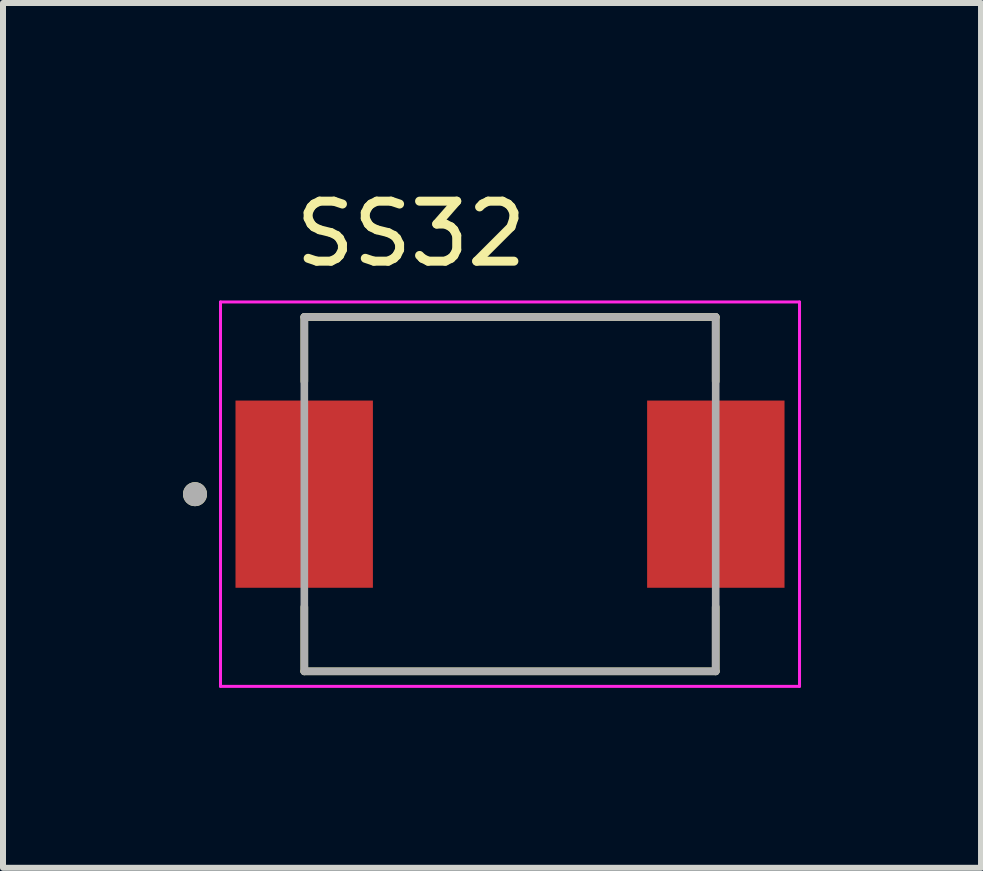
<source format=kicad_pcb>
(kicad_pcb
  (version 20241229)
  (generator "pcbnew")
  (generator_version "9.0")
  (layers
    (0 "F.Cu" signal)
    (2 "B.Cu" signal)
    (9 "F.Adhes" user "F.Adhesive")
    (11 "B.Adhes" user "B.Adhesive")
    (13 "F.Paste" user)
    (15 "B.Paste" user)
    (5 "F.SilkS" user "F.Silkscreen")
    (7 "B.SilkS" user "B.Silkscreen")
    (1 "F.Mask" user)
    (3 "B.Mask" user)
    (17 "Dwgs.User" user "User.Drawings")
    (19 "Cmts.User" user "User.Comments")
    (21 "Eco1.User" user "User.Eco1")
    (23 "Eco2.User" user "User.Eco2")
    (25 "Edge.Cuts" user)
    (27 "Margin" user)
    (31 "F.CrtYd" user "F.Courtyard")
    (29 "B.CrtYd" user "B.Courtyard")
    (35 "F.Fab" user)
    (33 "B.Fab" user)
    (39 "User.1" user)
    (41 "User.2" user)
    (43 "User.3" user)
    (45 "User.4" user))
  (footprint "SS32"
    (layer "F.Cu")
    (at 5.45 5.186)
    (property "Reference" "SS32" (at -1.65 -4.338 0) (layer "F.SilkS") (effects (font (size 1 1) (thickness 0.15))))
    (attr through_hole)
    (fp_line (start -3.428 -2.953) (end -3.428 -1.88) (stroke (width 0.127) (type solid)) (layer "F.SilkS"))
    (fp_line (start -3.428 2.953) (end -3.428 1.88) (stroke (width 0.127) (type solid)) (layer "F.SilkS"))
    (fp_line (start -3.428 2.953) (end 3.428 2.953) (stroke (width 0.127) (type solid)) (layer "F.SilkS"))
    (fp_line (start 3.428 -2.953) (end -3.428 -2.953) (stroke (width 0.127) (type solid)) (layer "F.SilkS"))
    (fp_line (start 3.428 -1.88) (end 3.428 -2.953) (stroke (width 0.127) (type solid)) (layer "F.SilkS"))
    (fp_line (start 3.428 2.953) (end 3.428 1.88) (stroke (width 0.127) (type solid)) (layer "F.SilkS"))
    (fp_circle (center -5.25 0) (end -5.15 0) (stroke (width 0.2) (type solid)) (fill no) (layer "F.SilkS"))
    (fp_line (start -4.825 -3.203) (end -4.825 3.203) (stroke (width 0.05) (type solid)) (layer "F.CrtYd"))
    (fp_line (start -4.825 3.203) (end 4.825 3.203) (stroke (width 0.05) (type solid)) (layer "F.CrtYd"))
    (fp_line (start 4.825 -3.203) (end -4.825 -3.203) (stroke (width 0.05) (type solid)) (layer "F.CrtYd"))
    (fp_line (start 4.825 3.203) (end 4.825 -3.203) (stroke (width 0.05) (type solid)) (layer "F.CrtYd"))
    (fp_line (start -3.428 -2.953) (end -3.428 2.953) (stroke (width 0.127) (type solid)) (layer "F.Fab"))
    (fp_line (start -3.428 2.953) (end 3.428 2.953) (stroke (width 0.127) (type solid)) (layer "F.Fab"))
    (fp_line (start 3.428 -2.953) (end -3.428 -2.953) (stroke (width 0.127) (type solid)) (layer "F.Fab"))
    (fp_line (start 3.428 2.953) (end 3.428 -2.953) (stroke (width 0.127) (type solid)) (layer "F.Fab"))
    (fp_circle (center -5.25 0) (end -5.15 0) (stroke (width 0.2) (type solid)) (fill no) (layer "F.Fab"))
    (pad "A" smd rect (at 3.43 0) (size 2.29 3.12) (layers "F.Cu" "F.Mask" "F.Paste"))
    (pad "C" smd rect (at -3.43 0) (size 2.29 3.12) (layers "F.Cu" "F.Mask" "F.Paste")))
  (gr_rect
    (start -3 -3)
    (end 13.3 11.413)
    (stroke (width 0.1) (type default))
    (fill no)
    (layer "Edge.Cuts")))
</source>
